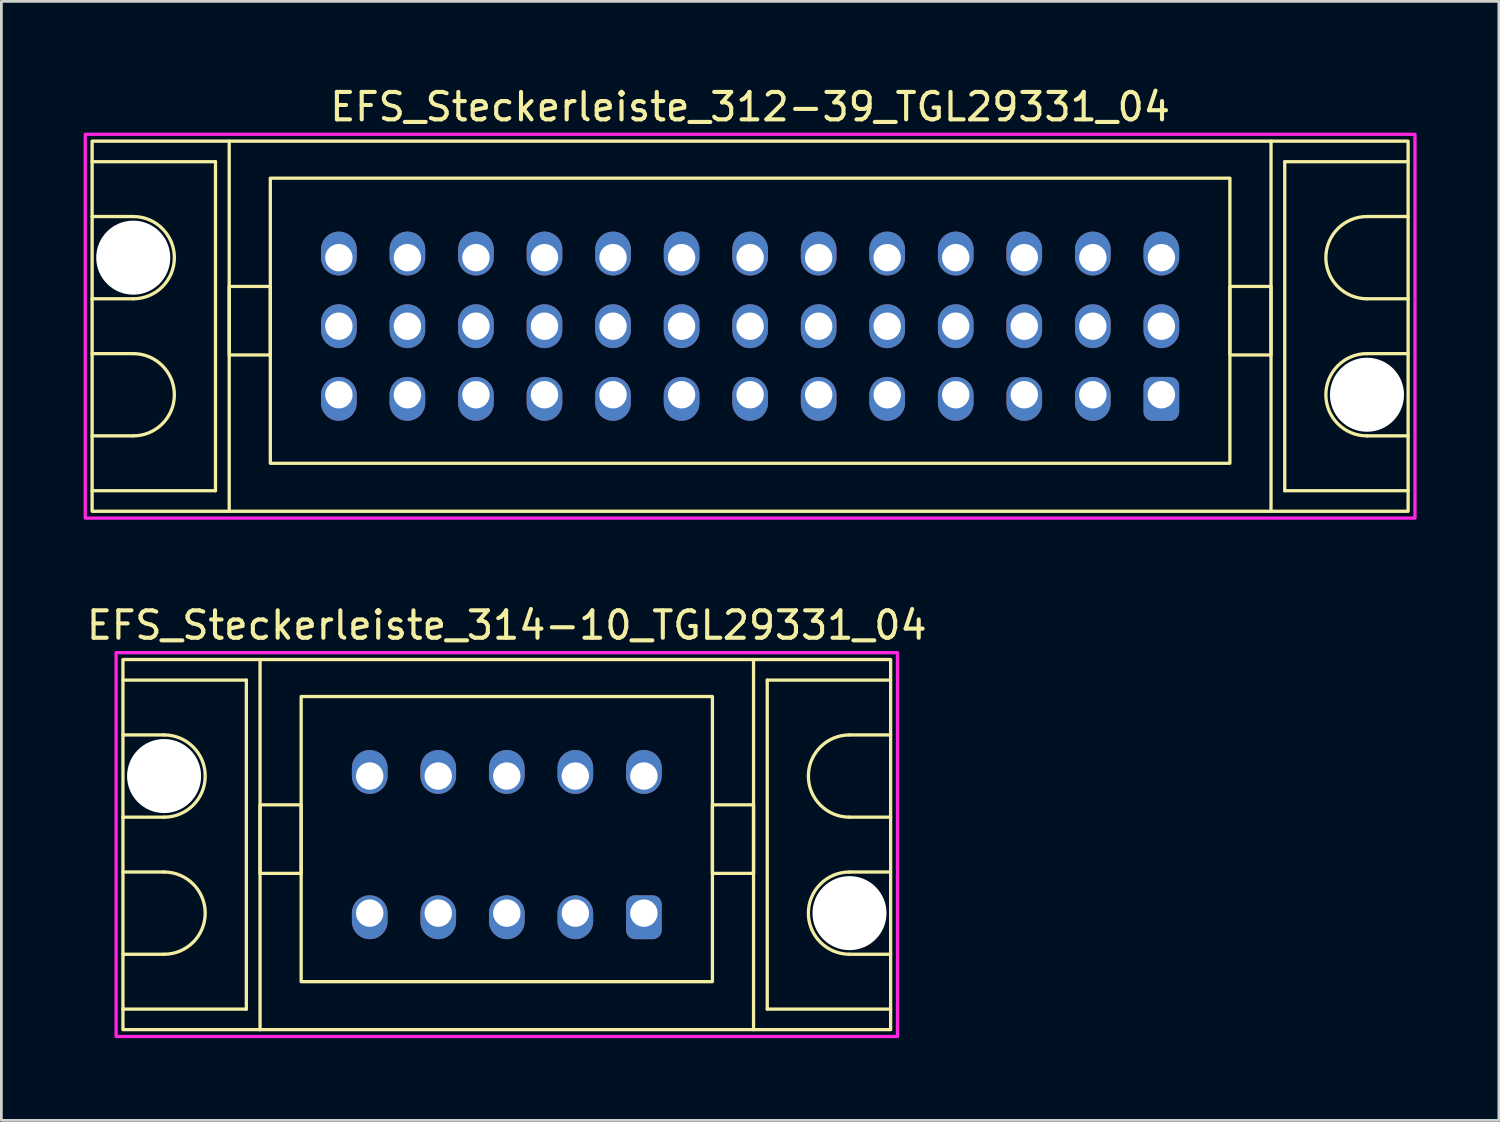
<source format=kicad_pcb>
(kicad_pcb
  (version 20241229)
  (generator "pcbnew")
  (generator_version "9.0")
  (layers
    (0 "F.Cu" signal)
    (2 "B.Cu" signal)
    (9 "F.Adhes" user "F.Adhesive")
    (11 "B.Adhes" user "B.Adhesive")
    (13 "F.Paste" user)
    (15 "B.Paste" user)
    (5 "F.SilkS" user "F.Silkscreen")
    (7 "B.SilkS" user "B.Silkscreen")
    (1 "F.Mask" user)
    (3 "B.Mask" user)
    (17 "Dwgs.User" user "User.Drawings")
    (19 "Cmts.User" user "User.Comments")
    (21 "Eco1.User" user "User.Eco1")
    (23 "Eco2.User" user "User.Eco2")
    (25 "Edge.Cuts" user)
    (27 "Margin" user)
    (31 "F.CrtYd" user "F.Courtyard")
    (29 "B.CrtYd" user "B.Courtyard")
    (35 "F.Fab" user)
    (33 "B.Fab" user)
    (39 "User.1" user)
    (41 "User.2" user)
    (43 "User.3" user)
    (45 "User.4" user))
  (footprint "EFS_Steckerleiste_314-10_TGL29331_04"
    (layer "F.Cu")
    (at 15.435 27.756)
    (property "Reference" "EFS_Steckerleiste_314-10_TGL29331_04" (at 0 -8 180) (layer "F.SilkS") (effects (font (size 1 1) (thickness 0.15))))
    (attr through_hole)
    (fp_line (start -14 -6) (end -9.5 -6) (stroke (width 0.12) (type solid)) (layer "F.SilkS"))
    (fp_line (start -12.5 -4) (end -14 -4) (stroke (width 0.12) (type solid)) (layer "F.SilkS"))
    (fp_line (start -12.5 -1) (end -14 -1) (stroke (width 0.12) (type solid)) (layer "F.SilkS"))
    (fp_line (start -12.5 1) (end -14 1) (stroke (width 0.12) (type solid)) (layer "F.SilkS"))
    (fp_line (start -12.5 4) (end -14 4) (stroke (width 0.12) (type solid)) (layer "F.SilkS"))
    (fp_line (start -9.5 -6) (end -9.5 6) (stroke (width 0.12) (type solid)) (layer "F.SilkS"))
    (fp_line (start -9.5 6) (end -14 6) (stroke (width 0.12) (type solid)) (layer "F.SilkS"))
    (fp_line (start -9 6.75) (end -9 -6.75) (stroke (width 0.12) (type solid)) (layer "F.SilkS"))
    (fp_line (start 9 6.75) (end 9 -6.75) (stroke (width 0.12) (type solid)) (layer "F.SilkS"))
    (fp_line (start 9.5 -6) (end 9.5 6) (stroke (width 0.12) (type solid)) (layer "F.SilkS"))
    (fp_line (start 9.5 6) (end 14 6) (stroke (width 0.12) (type solid)) (layer "F.SilkS"))
    (fp_line (start 12.5 -4) (end 14 -4) (stroke (width 0.12) (type solid)) (layer "F.SilkS"))
    (fp_line (start 12.5 -1) (end 14 -1) (stroke (width 0.12) (type solid)) (layer "F.SilkS"))
    (fp_line (start 12.5 1) (end 14 1) (stroke (width 0.12) (type solid)) (layer "F.SilkS"))
    (fp_line (start 12.5 4) (end 14 4) (stroke (width 0.12) (type solid)) (layer "F.SilkS"))
    (fp_line (start 14 -6) (end 9.5 -6) (stroke (width 0.12) (type solid)) (layer "F.SilkS"))
    (fp_rect (start -14 -6.75) (end 14 6.75) (stroke (width 0.12) (type solid)) (fill no) (layer "F.SilkS"))
    (fp_rect (start -7.5 -5.4) (end 7.5 5) (stroke (width 0.12) (type solid)) (fill no) (layer "F.SilkS"))
    (fp_rect (start -7.5 -1.45) (end -9 1.05) (stroke (width 0.12) (type solid)) (fill no) (layer "F.SilkS"))
    (fp_rect (start 9 -1.45) (end 7.5 1.05) (stroke (width 0.12) (type solid)) (fill no) (layer "F.SilkS"))
    (fp_arc (start -12.5 -4) (mid -11 -2.5) (end -12.5 -1) (stroke (width 0.12) (type solid)) (layer "F.SilkS"))
    (fp_arc (start -12.5 1) (mid -11 2.5) (end -12.5 4) (stroke (width 0.12) (type solid)) (layer "F.SilkS"))
    (fp_arc (start 12.5 -1) (mid 11 -2.5) (end 12.5 -4) (stroke (width 0.12) (type solid)) (layer "F.SilkS"))
    (fp_arc (start 12.5 4) (mid 11 2.5) (end 12.5 1) (stroke (width 0.12) (type solid)) (layer "F.SilkS"))
    (fp_rect (start -14.25 -7) (end 14.25 7) (stroke (width 0.12) (type solid)) (fill no) (layer "F.CrtYd"))
    (pad "" np_thru_hole circle (at -12.5 -2.5) (size 2.7 2.7) (drill 2.7) (layers "*.Cu" "*.Mask"))
    (pad "" np_thru_hole circle (at 12.5 2.5) (size 2.7 2.7) (drill 2.7) (layers "*.Cu" "*.Mask"))
    (pad "1a" thru_hole roundrect (at 5 2.5 180) (size 1.3 1.6) (drill 1 (offset 0 -0.15)) (layers "*.Cu" "*.Mask") (roundrect_rratio 0.25))
    (pad "1c" thru_hole oval (at 5 -2.5 180) (size 1.3 1.6) (drill 1 (offset 0 0.15)) (layers "*.Cu" "*.Mask"))
    (pad "2a" thru_hole oval (at 2.5 2.5 180) (size 1.3 1.6) (drill 1 (offset 0 -0.15)) (layers "*.Cu" "*.Mask"))
    (pad "2c" thru_hole oval (at 2.5 -2.5 180) (size 1.3 1.6) (drill 1 (offset 0 0.15)) (layers "*.Cu" "*.Mask"))
    (pad "3a" thru_hole oval (at 0 2.5 180) (size 1.3 1.6) (drill 1 (offset 0 -0.15)) (layers "*.Cu" "*.Mask"))
    (pad "3c" thru_hole oval (at 0 -2.5 180) (size 1.3 1.6) (drill 1 (offset 0 0.15)) (layers "*.Cu" "*.Mask"))
    (pad "4a" thru_hole oval (at -2.5 2.5 180) (size 1.3 1.6) (drill 1 (offset 0 -0.15)) (layers "*.Cu" "*.Mask"))
    (pad "4c" thru_hole oval (at -2.5 -2.5 180) (size 1.3 1.6) (drill 1 (offset 0 0.15)) (layers "*.Cu" "*.Mask"))
    (pad "5a" thru_hole oval (at -5 2.5 180) (size 1.3 1.6) (drill 1 (offset 0 -0.15)) (layers "*.Cu" "*.Mask"))
    (pad "5c" thru_hole oval (at -5 -2.5 180) (size 1.3 1.6) (drill 1 (offset 0 0.15)) (layers "*.Cu" "*.Mask")))
  (footprint "EFS_Steckerleiste_312-39_TGL29331_04"
    (layer "F.Cu")
    (at 24.31 8.848)
    (property "Reference" "EFS_Steckerleiste_312-39_TGL29331_04" (at 0 -8 180) (layer "F.SilkS") (effects (font (size 1 1) (thickness 0.15))))
    (attr through_hole)
    (fp_line (start -24 -6) (end -19.5 -6) (stroke (width 0.12) (type solid)) (layer "F.SilkS"))
    (fp_line (start -22.5 -4) (end -24 -4) (stroke (width 0.12) (type solid)) (layer "F.SilkS"))
    (fp_line (start -22.5 -1) (end -24 -1) (stroke (width 0.12) (type solid)) (layer "F.SilkS"))
    (fp_line (start -22.5 1) (end -24 1) (stroke (width 0.12) (type solid)) (layer "F.SilkS"))
    (fp_line (start -22.5 4) (end -24 4) (stroke (width 0.12) (type solid)) (layer "F.SilkS"))
    (fp_line (start -19.5 -6) (end -19.5 6) (stroke (width 0.12) (type solid)) (layer "F.SilkS"))
    (fp_line (start -19.5 6) (end -24 6) (stroke (width 0.12) (type solid)) (layer "F.SilkS"))
    (fp_line (start -19 6.75) (end -19 -6.75) (stroke (width 0.12) (type solid)) (layer "F.SilkS"))
    (fp_line (start 19 6.75) (end 19 -6.75) (stroke (width 0.12) (type solid)) (layer "F.SilkS"))
    (fp_line (start 19.5 -6) (end 19.5 6) (stroke (width 0.12) (type solid)) (layer "F.SilkS"))
    (fp_line (start 19.5 6) (end 24 6) (stroke (width 0.12) (type solid)) (layer "F.SilkS"))
    (fp_line (start 22.5 -4) (end 24 -4) (stroke (width 0.12) (type solid)) (layer "F.SilkS"))
    (fp_line (start 22.5 -1) (end 24 -1) (stroke (width 0.12) (type solid)) (layer "F.SilkS"))
    (fp_line (start 22.5 1) (end 24 1) (stroke (width 0.12) (type solid)) (layer "F.SilkS"))
    (fp_line (start 22.5 4) (end 24 4) (stroke (width 0.12) (type solid)) (layer "F.SilkS"))
    (fp_line (start 24 -6) (end 19.5 -6) (stroke (width 0.12) (type solid)) (layer "F.SilkS"))
    (fp_rect (start -24 -6.75) (end 24 6.75) (stroke (width 0.12) (type solid)) (fill no) (layer "F.SilkS"))
    (fp_rect (start -17.5 -5.4) (end 17.5 5) (stroke (width 0.12) (type solid)) (fill no) (layer "F.SilkS"))
    (fp_rect (start -17.5 -1.45) (end -19 1.05) (stroke (width 0.12) (type solid)) (fill no) (layer "F.SilkS"))
    (fp_rect (start 19 -1.45) (end 17.5 1.05) (stroke (width 0.12) (type solid)) (fill no) (layer "F.SilkS"))
    (fp_arc (start -22.5 -4) (mid -21 -2.5) (end -22.5 -1) (stroke (width 0.12) (type solid)) (layer "F.SilkS"))
    (fp_arc (start -22.5 1) (mid -21 2.5) (end -22.5 4) (stroke (width 0.12) (type solid)) (layer "F.SilkS"))
    (fp_arc (start 22.5 -1) (mid 21 -2.5) (end 22.5 -4) (stroke (width 0.12) (type solid)) (layer "F.SilkS"))
    (fp_arc (start 22.5 4) (mid 21 2.5) (end 22.5 1) (stroke (width 0.12) (type solid)) (layer "F.SilkS"))
    (fp_rect (start -24.25 -7) (end 24.25 7) (stroke (width 0.12) (type solid)) (fill no) (layer "F.CrtYd"))
    (pad "" np_thru_hole circle (at -22.5 -2.5) (size 2.7 2.7) (drill 2.7) (layers "*.Cu" "*.Mask"))
    (pad "" np_thru_hole circle (at 22.5 2.5) (size 2.7 2.7) (drill 2.7) (layers "*.Cu" "*.Mask"))
    (pad "1a" thru_hole roundrect (at 15 2.5 180) (size 1.3 1.6) (drill 1 (offset 0 -0.15)) (layers "*.Cu" "*.Mask") (roundrect_rratio 0.25))
    (pad "1b" thru_hole oval (at 15 0 180) (size 1.3 1.6) (drill 1) (layers "*.Cu" "*.Mask"))
    (pad "1c" thru_hole oval (at 15 -2.5 180) (size 1.3 1.6) (drill 1 (offset 0 0.15)) (layers "*.Cu" "*.Mask"))
    (pad "2a" thru_hole oval (at 12.5 2.5 180) (size 1.3 1.6) (drill 1 (offset 0 -0.15)) (layers "*.Cu" "*.Mask"))
    (pad "2b" thru_hole oval (at 12.5 0 180) (size 1.3 1.6) (drill 1) (layers "*.Cu" "*.Mask"))
    (pad "2c" thru_hole oval (at 12.5 -2.5 180) (size 1.3 1.6) (drill 1 (offset 0 0.15)) (layers "*.Cu" "*.Mask"))
    (pad "3a" thru_hole oval (at 10 2.5 180) (size 1.3 1.6) (drill 1 (offset 0 -0.15)) (layers "*.Cu" "*.Mask"))
    (pad "3b" thru_hole oval (at 10 0 180) (size 1.3 1.6) (drill 1) (layers "*.Cu" "*.Mask"))
    (pad "3c" thru_hole oval (at 10 -2.5 180) (size 1.3 1.6) (drill 1 (offset 0 0.15)) (layers "*.Cu" "*.Mask"))
    (pad "4a" thru_hole oval (at 7.5 2.5 180) (size 1.3 1.6) (drill 1 (offset 0 -0.15)) (layers "*.Cu" "*.Mask"))
    (pad "4b" thru_hole oval (at 7.5 0 180) (size 1.3 1.6) (drill 1) (layers "*.Cu" "*.Mask"))
    (pad "4c" thru_hole oval (at 7.5 -2.5 180) (size 1.3 1.6) (drill 1 (offset 0 0.15)) (layers "*.Cu" "*.Mask"))
    (pad "5a" thru_hole oval (at 5 2.5 180) (size 1.3 1.6) (drill 1 (offset 0 -0.15)) (layers "*.Cu" "*.Mask"))
    (pad "5b" thru_hole oval (at 5 0 180) (size 1.3 1.6) (drill 1) (layers "*.Cu" "*.Mask"))
    (pad "5c" thru_hole oval (at 5 -2.5 180) (size 1.3 1.6) (drill 1 (offset 0 0.15)) (layers "*.Cu" "*.Mask"))
    (pad "6a" thru_hole oval (at 2.5 2.5 180) (size 1.3 1.6) (drill 1 (offset 0 -0.15)) (layers "*.Cu" "*.Mask"))
    (pad "6b" thru_hole oval (at 2.5 0 180) (size 1.3 1.6) (drill 1) (layers "*.Cu" "*.Mask"))
    (pad "6c" thru_hole oval (at 2.5 -2.5 180) (size 1.3 1.6) (drill 1 (offset 0 0.15)) (layers "*.Cu" "*.Mask"))
    (pad "7a" thru_hole oval (at 0 2.5 180) (size 1.3 1.6) (drill 1 (offset 0 -0.15)) (layers "*.Cu" "*.Mask"))
    (pad "7b" thru_hole oval (at 0 0 180) (size 1.3 1.6) (drill 1) (layers "*.Cu" "*.Mask"))
    (pad "7c" thru_hole oval (at 0 -2.5 180) (size 1.3 1.6) (drill 1 (offset 0 0.15)) (layers "*.Cu" "*.Mask"))
    (pad "8a" thru_hole oval (at -2.5 2.5 180) (size 1.3 1.6) (drill 1 (offset 0 -0.15)) (layers "*.Cu" "*.Mask"))
    (pad "8b" thru_hole oval (at -2.5 0 180) (size 1.3 1.6) (drill 1) (layers "*.Cu" "*.Mask"))
    (pad "8c" thru_hole oval (at -2.5 -2.5 180) (size 1.3 1.6) (drill 1 (offset 0 0.15)) (layers "*.Cu" "*.Mask"))
    (pad "9a" thru_hole oval (at -5 2.5 180) (size 1.3 1.6) (drill 1 (offset 0 -0.15)) (layers "*.Cu" "*.Mask"))
    (pad "9b" thru_hole oval (at -5 0 180) (size 1.3 1.6) (drill 1) (layers "*.Cu" "*.Mask"))
    (pad "9c" thru_hole oval (at -5 -2.5 180) (size 1.3 1.6) (drill 1 (offset 0 0.15)) (layers "*.Cu" "*.Mask"))
    (pad "10a" thru_hole oval (at -7.5 2.5 180) (size 1.3 1.6) (drill 1 (offset 0 -0.15)) (layers "*.Cu" "*.Mask"))
    (pad "10b" thru_hole oval (at -7.5 0 180) (size 1.3 1.6) (drill 1) (layers "*.Cu" "*.Mask"))
    (pad "10c" thru_hole oval (at -7.5 -2.5 180) (size 1.3 1.6) (drill 1 (offset 0 0.15)) (layers "*.Cu" "*.Mask"))
    (pad "11a" thru_hole oval (at -10 2.5 180) (size 1.3 1.6) (drill 1 (offset 0 -0.15)) (layers "*.Cu" "*.Mask"))
    (pad "11b" thru_hole oval (at -10 0 180) (size 1.3 1.6) (drill 1) (layers "*.Cu" "*.Mask"))
    (pad "11c" thru_hole oval (at -10 -2.5 180) (size 1.3 1.6) (drill 1 (offset 0 0.15)) (layers "*.Cu" "*.Mask"))
    (pad "12a" thru_hole oval (at -12.5 2.5 180) (size 1.3 1.6) (drill 1 (offset 0 -0.15)) (layers "*.Cu" "*.Mask"))
    (pad "12b" thru_hole oval (at -12.5 0 180) (size 1.3 1.6) (drill 1) (layers "*.Cu" "*.Mask"))
    (pad "12c" thru_hole oval (at -12.5 -2.5 180) (size 1.3 1.6) (drill 1 (offset 0 0.15)) (layers "*.Cu" "*.Mask"))
    (pad "13a" thru_hole oval (at -15 2.5 180) (size 1.3 1.6) (drill 1 (offset 0 -0.15)) (layers "*.Cu" "*.Mask"))
    (pad "13b" thru_hole oval (at -15 0 180) (size 1.3 1.6) (drill 1) (layers "*.Cu" "*.Mask"))
    (pad "13c" thru_hole oval (at -15 -2.5 180) (size 1.3 1.6) (drill 1 (offset 0 0.15)) (layers "*.Cu" "*.Mask")))
  (gr_rect
    (start -3 -3)
    (end 51.62 37.816)
    (stroke (width 0.1) (type default))
    (fill no)
    (layer "Edge.Cuts")))
</source>
